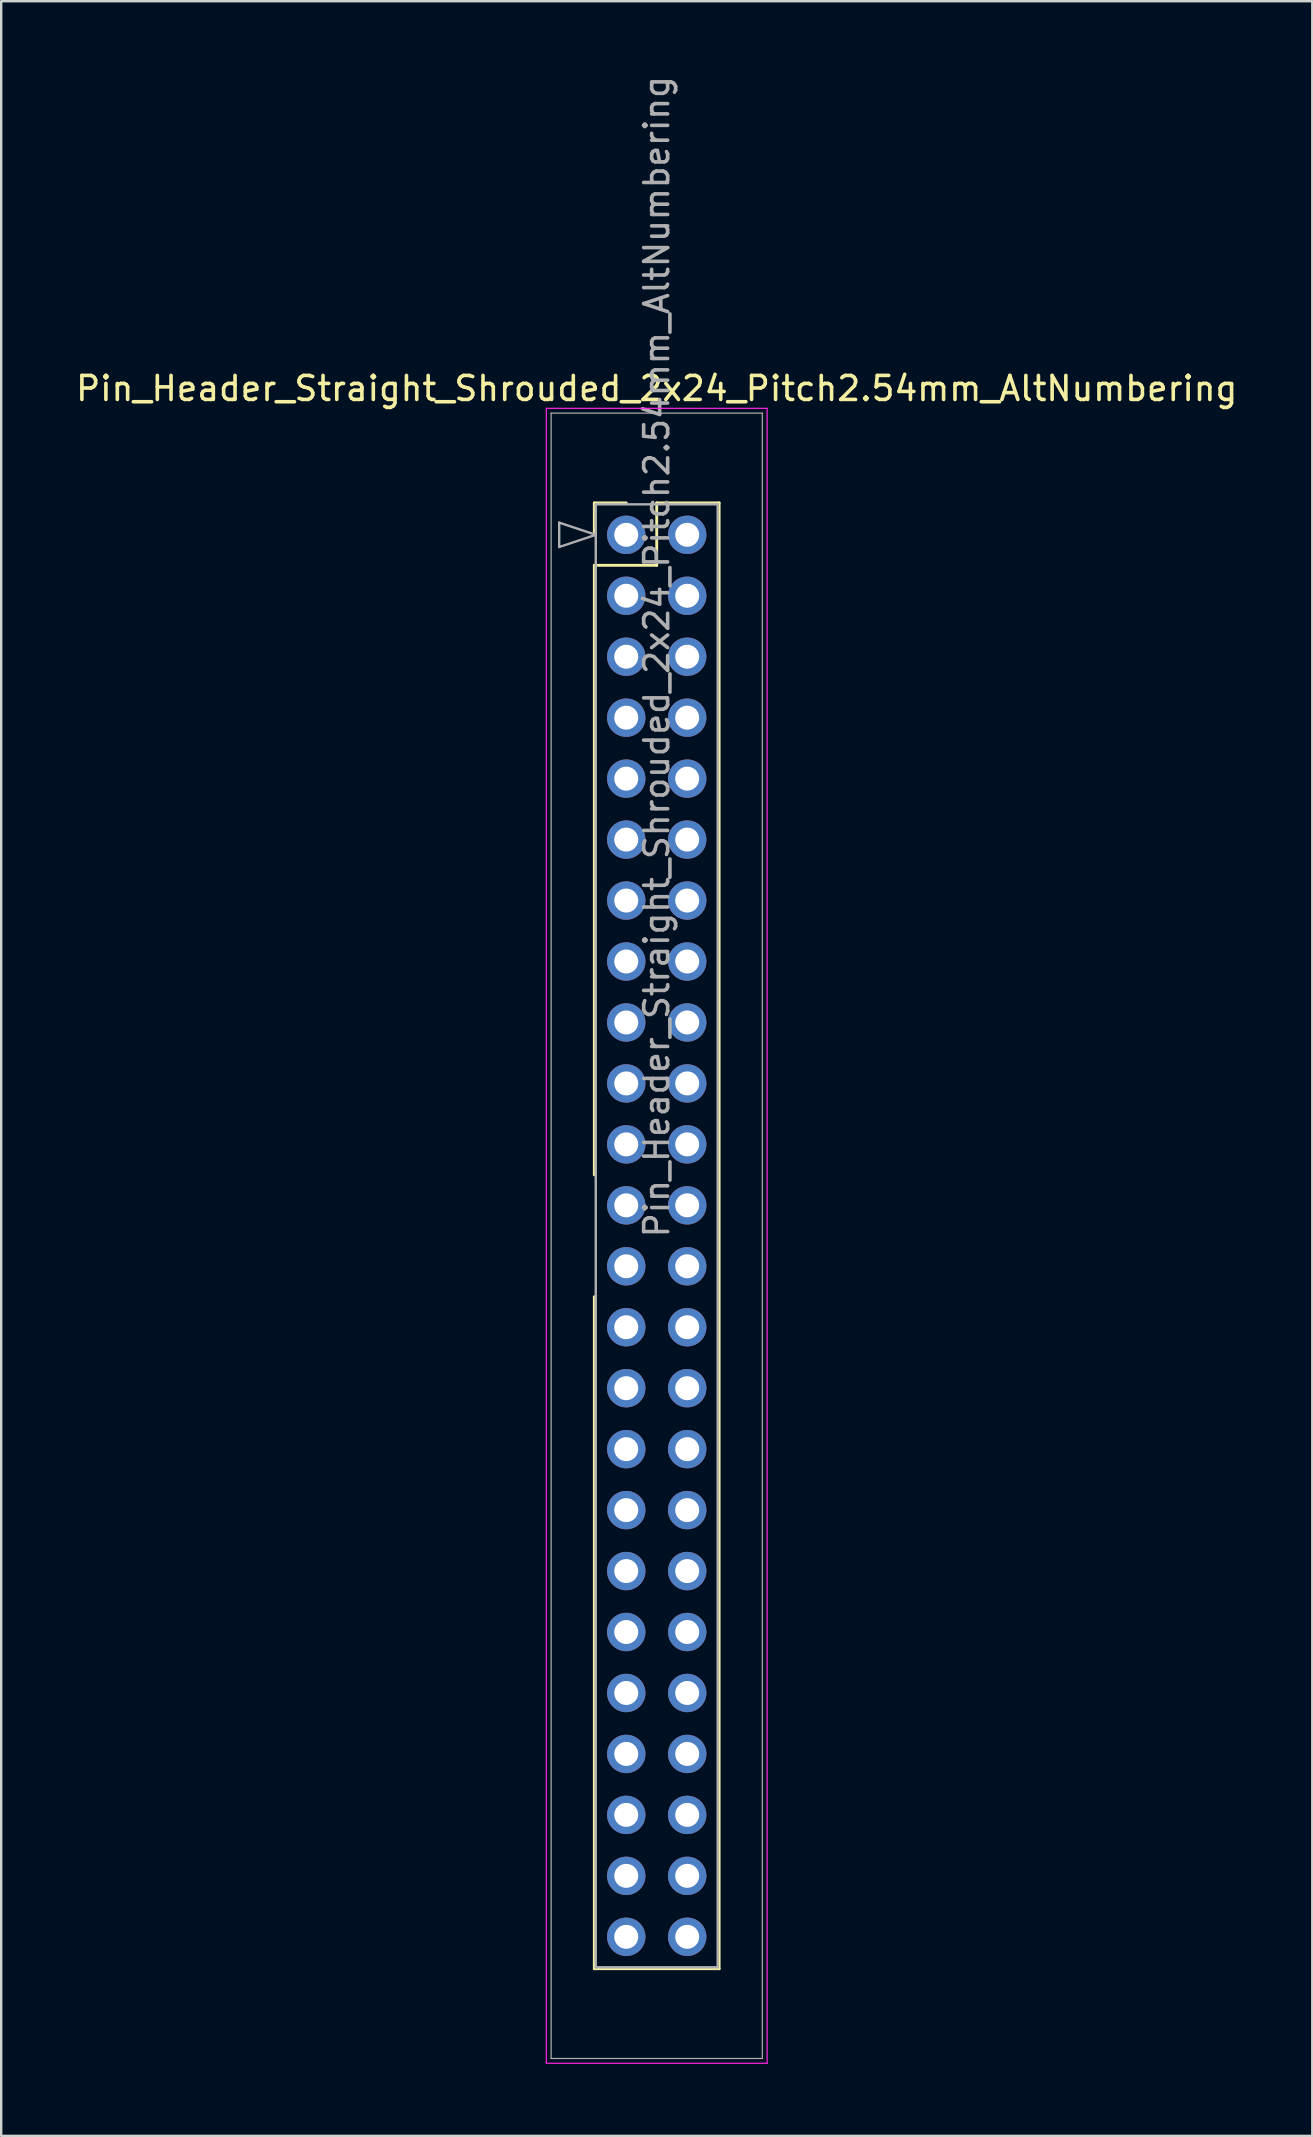
<source format=kicad_pcb>
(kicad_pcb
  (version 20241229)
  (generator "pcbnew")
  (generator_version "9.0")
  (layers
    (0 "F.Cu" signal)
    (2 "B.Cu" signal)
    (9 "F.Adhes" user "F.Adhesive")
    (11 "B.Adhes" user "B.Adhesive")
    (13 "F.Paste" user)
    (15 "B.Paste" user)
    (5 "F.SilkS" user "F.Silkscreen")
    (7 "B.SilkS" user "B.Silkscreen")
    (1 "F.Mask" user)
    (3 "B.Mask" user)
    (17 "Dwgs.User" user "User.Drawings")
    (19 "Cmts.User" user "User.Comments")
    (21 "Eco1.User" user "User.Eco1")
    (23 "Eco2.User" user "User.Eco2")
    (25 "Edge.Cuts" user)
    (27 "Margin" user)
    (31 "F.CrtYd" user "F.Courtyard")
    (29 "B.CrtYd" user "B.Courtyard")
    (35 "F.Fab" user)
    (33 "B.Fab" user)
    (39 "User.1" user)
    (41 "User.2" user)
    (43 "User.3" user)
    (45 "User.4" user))
  (footprint "Pin_Header_Straight_Shrouded_2x24_Pitch2.54mm_AltNumbering"
    (layer "F.Cu")
    (at 23.045 19.235)
    (property "Reference" "Pin_Header_Straight_Shrouded_2x24_Pitch2.54mm_AltNumbering" (at 1.27 -6.096 0) (layer "F.SilkS") (effects (font (size 1 1) (thickness 0.15))))
    (attr through_hole)
    (fp_line (start -1.33 -1.33) (end 0 -1.33) (stroke (width 0.12) (type solid)) (layer "F.SilkS"))
    (fp_line (start -1.33 0) (end -1.33 -1.33) (stroke (width 0.12) (type solid)) (layer "F.SilkS"))
    (fp_line (start -1.33 1.27) (end -1.33 26.67) (stroke (width 0.12) (type solid)) (layer "F.SilkS"))
    (fp_line (start -1.33 1.27) (end 1.27 1.27) (stroke (width 0.12) (type solid)) (layer "F.SilkS"))
    (fp_line (start -1.33 31.75) (end -1.33 59.75) (stroke (width 0.12) (type solid)) (layer "F.SilkS"))
    (fp_line (start -1.33 59.75) (end 3.87 59.75) (stroke (width 0.12) (type solid)) (layer "F.SilkS"))
    (fp_line (start 1.27 -1.33) (end 3.87 -1.33) (stroke (width 0.12) (type solid)) (layer "F.SilkS"))
    (fp_line (start 1.27 1.27) (end 1.27 -1.33) (stroke (width 0.12) (type solid)) (layer "F.SilkS"))
    (fp_line (start 3.87 -1.33) (end 3.87 59.75) (stroke (width 0.12) (type solid)) (layer "F.SilkS"))
    (fp_line (start -3.33 -5.27) (end -3.33 63.69) (stroke (width 0.05) (type solid)) (layer "F.CrtYd"))
    (fp_line (start -3.33 63.69) (end 5.87 63.69) (stroke (width 0.05) (type solid)) (layer "F.CrtYd"))
    (fp_line (start 5.87 -5.27) (end -3.33 -5.27) (stroke (width 0.05) (type solid)) (layer "F.CrtYd"))
    (fp_line (start 5.87 63.69) (end 5.87 -5.27) (stroke (width 0.05) (type solid)) (layer "F.CrtYd"))
    (fp_line (start -3.13 -5.07) (end -3.13 63.49) (stroke (width 0.05) (type solid)) (layer "F.Fab"))
    (fp_line (start -3.13 63.49) (end 5.67 63.49) (stroke (width 0.05) (type solid)) (layer "F.Fab"))
    (fp_line (start -2.794 -0.508) (end -1.27 0) (stroke (width 0.1) (type solid)) (layer "F.Fab"))
    (fp_line (start -2.794 0.508) (end -2.794 -0.508) (stroke (width 0.1) (type solid)) (layer "F.Fab"))
    (fp_line (start -1.27 -1.27) (end -1.27 59.69) (stroke (width 0.1) (type solid)) (layer "F.Fab"))
    (fp_line (start -1.27 0) (end -2.794 0.508) (stroke (width 0.1) (type solid)) (layer "F.Fab"))
    (fp_line (start -1.27 59.69) (end 3.81 59.69) (stroke (width 0.1) (type solid)) (layer "F.Fab"))
    (fp_line (start 3.81 -1.27) (end -1.27 -1.27) (stroke (width 0.1) (type solid)) (layer "F.Fab"))
    (fp_line (start 3.81 59.69) (end 3.81 -1.27) (stroke (width 0.1) (type solid)) (layer "F.Fab"))
    (fp_line (start 5.67 -5.07) (end -3.13 -5.07) (stroke (width 0.05) (type solid)) (layer "F.Fab"))
    (fp_line (start 5.67 63.49) (end 5.67 -5.07) (stroke (width 0.05) (type solid)) (layer "F.Fab"))
    (fp_text user "${REFERENCE}" (at 1.27 5.08 90) (layer "F.Fab") (effects (font (size 1 1) (thickness 0.15))))
    (pad "1" thru_hole oval (at 0 0) (size 1.6 1.6) (drill 1) (layers "*.Cu" "*.Mask"))
    (pad "2" thru_hole oval (at 0 2.54) (size 1.6 1.6) (drill 1) (layers "*.Cu" "*.Mask"))
    (pad "3" thru_hole oval (at 0 5.08) (size 1.6 1.6) (drill 1) (layers "*.Cu" "*.Mask"))
    (pad "4" thru_hole oval (at 0 7.62) (size 1.6 1.6) (drill 1) (layers "*.Cu" "*.Mask"))
    (pad "5" thru_hole oval (at 0 10.16) (size 1.6 1.6) (drill 1) (layers "*.Cu" "*.Mask"))
    (pad "6" thru_hole oval (at 0 12.7) (size 1.6 1.6) (drill 1) (layers "*.Cu" "*.Mask"))
    (pad "7" thru_hole oval (at 0 15.24) (size 1.6 1.6) (drill 1) (layers "*.Cu" "*.Mask"))
    (pad "8" thru_hole oval (at 0 17.78) (size 1.6 1.6) (drill 1) (layers "*.Cu" "*.Mask"))
    (pad "9" thru_hole oval (at 0 20.32) (size 1.6 1.6) (drill 1) (layers "*.Cu" "*.Mask"))
    (pad "10" thru_hole oval (at 0 22.86) (size 1.6 1.6) (drill 1) (layers "*.Cu" "*.Mask"))
    (pad "11" thru_hole oval (at 0 25.4) (size 1.6 1.6) (drill 1) (layers "*.Cu" "*.Mask"))
    (pad "12" thru_hole oval (at 0 27.94) (size 1.6 1.6) (drill 1) (layers "*.Cu" "*.Mask"))
    (pad "13" thru_hole oval (at 0 30.48) (size 1.6 1.6) (drill 1) (layers "*.Cu" "*.Mask"))
    (pad "14" thru_hole oval (at 0 33.02) (size 1.6 1.6) (drill 1) (layers "*.Cu" "*.Mask"))
    (pad "15" thru_hole oval (at 0 35.56) (size 1.6 1.6) (drill 1) (layers "*.Cu" "*.Mask"))
    (pad "16" thru_hole oval (at 0 38.1) (size 1.6 1.6) (drill 1) (layers "*.Cu" "*.Mask"))
    (pad "17" thru_hole oval (at 0 40.64) (size 1.6 1.6) (drill 1) (layers "*.Cu" "*.Mask"))
    (pad "18" thru_hole oval (at 0 43.18) (size 1.6 1.6) (drill 1) (layers "*.Cu" "*.Mask"))
    (pad "19" thru_hole oval (at 0 45.72) (size 1.6 1.6) (drill 1) (layers "*.Cu" "*.Mask"))
    (pad "20" thru_hole oval (at 0 48.26) (size 1.6 1.6) (drill 1) (layers "*.Cu" "*.Mask"))
    (pad "21" thru_hole oval (at 0 50.8) (size 1.6 1.6) (drill 1) (layers "*.Cu" "*.Mask"))
    (pad "22" thru_hole oval (at 0 53.34) (size 1.6 1.6) (drill 1) (layers "*.Cu" "*.Mask"))
    (pad "23" thru_hole oval (at 0 55.88) (size 1.6 1.6) (drill 1) (layers "*.Cu" "*.Mask"))
    (pad "24" thru_hole oval (at 0 58.42) (size 1.6 1.6) (drill 1) (layers "*.Cu" "*.Mask"))
    (pad "25" thru_hole oval (at 2.54 0) (size 1.6 1.6) (drill 1) (layers "*.Cu" "*.Mask"))
    (pad "26" thru_hole oval (at 2.54 2.54) (size 1.6 1.6) (drill 1) (layers "*.Cu" "*.Mask"))
    (pad "27" thru_hole oval (at 2.54 5.08) (size 1.6 1.6) (drill 1) (layers "*.Cu" "*.Mask"))
    (pad "28" thru_hole oval (at 2.54 7.62) (size 1.6 1.6) (drill 1) (layers "*.Cu" "*.Mask"))
    (pad "29" thru_hole oval (at 2.54 10.16) (size 1.6 1.6) (drill 1) (layers "*.Cu" "*.Mask"))
    (pad "30" thru_hole oval (at 2.54 12.7) (size 1.6 1.6) (drill 1) (layers "*.Cu" "*.Mask"))
    (pad "31" thru_hole oval (at 2.54 15.24) (size 1.6 1.6) (drill 1) (layers "*.Cu" "*.Mask"))
    (pad "32" thru_hole oval (at 2.54 17.78) (size 1.6 1.6) (drill 1) (layers "*.Cu" "*.Mask"))
    (pad "33" thru_hole oval (at 2.54 20.32) (size 1.6 1.6) (drill 1) (layers "*.Cu" "*.Mask"))
    (pad "34" thru_hole oval (at 2.54 22.86) (size 1.6 1.6) (drill 1) (layers "*.Cu" "*.Mask"))
    (pad "35" thru_hole oval (at 2.54 25.4) (size 1.6 1.6) (drill 1) (layers "*.Cu" "*.Mask"))
    (pad "36" thru_hole oval (at 2.54 27.94) (size 1.6 1.6) (drill 1) (layers "*.Cu" "*.Mask"))
    (pad "37" thru_hole oval (at 2.54 30.48) (size 1.6 1.6) (drill 1) (layers "*.Cu" "*.Mask"))
    (pad "38" thru_hole oval (at 2.54 33.02) (size 1.6 1.6) (drill 1) (layers "*.Cu" "*.Mask"))
    (pad "39" thru_hole oval (at 2.54 35.56) (size 1.6 1.6) (drill 1) (layers "*.Cu" "*.Mask"))
    (pad "40" thru_hole oval (at 2.54 38.1) (size 1.6 1.6) (drill 1) (layers "*.Cu" "*.Mask"))
    (pad "41" thru_hole oval (at 2.54 40.64) (size 1.6 1.6) (drill 1) (layers "*.Cu" "*.Mask"))
    (pad "42" thru_hole oval (at 2.54 43.18) (size 1.6 1.6) (drill 1) (layers "*.Cu" "*.Mask"))
    (pad "43" thru_hole oval (at 2.54 45.72) (size 1.6 1.6) (drill 1) (layers "*.Cu" "*.Mask"))
    (pad "44" thru_hole oval (at 2.54 48.26) (size 1.6 1.6) (drill 1) (layers "*.Cu" "*.Mask"))
    (pad "45" thru_hole oval (at 2.54 50.8) (size 1.6 1.6) (drill 1) (layers "*.Cu" "*.Mask"))
    (pad "46" thru_hole oval (at 2.54 53.34) (size 1.6 1.6) (drill 1) (layers "*.Cu" "*.Mask"))
    (pad "47" thru_hole oval (at 2.54 55.88) (size 1.6 1.6) (drill 1) (layers "*.Cu" "*.Mask"))
    (pad "48" thru_hole oval (at 2.54 58.42) (size 1.6 1.6) (drill 1) (layers "*.Cu" "*.Mask")))
  (gr_rect
    (start -3 -3)
    (end 51.631 85.95)
    (stroke (width 0.1) (type default))
    (fill no)
    (layer "Edge.Cuts")))
</source>
